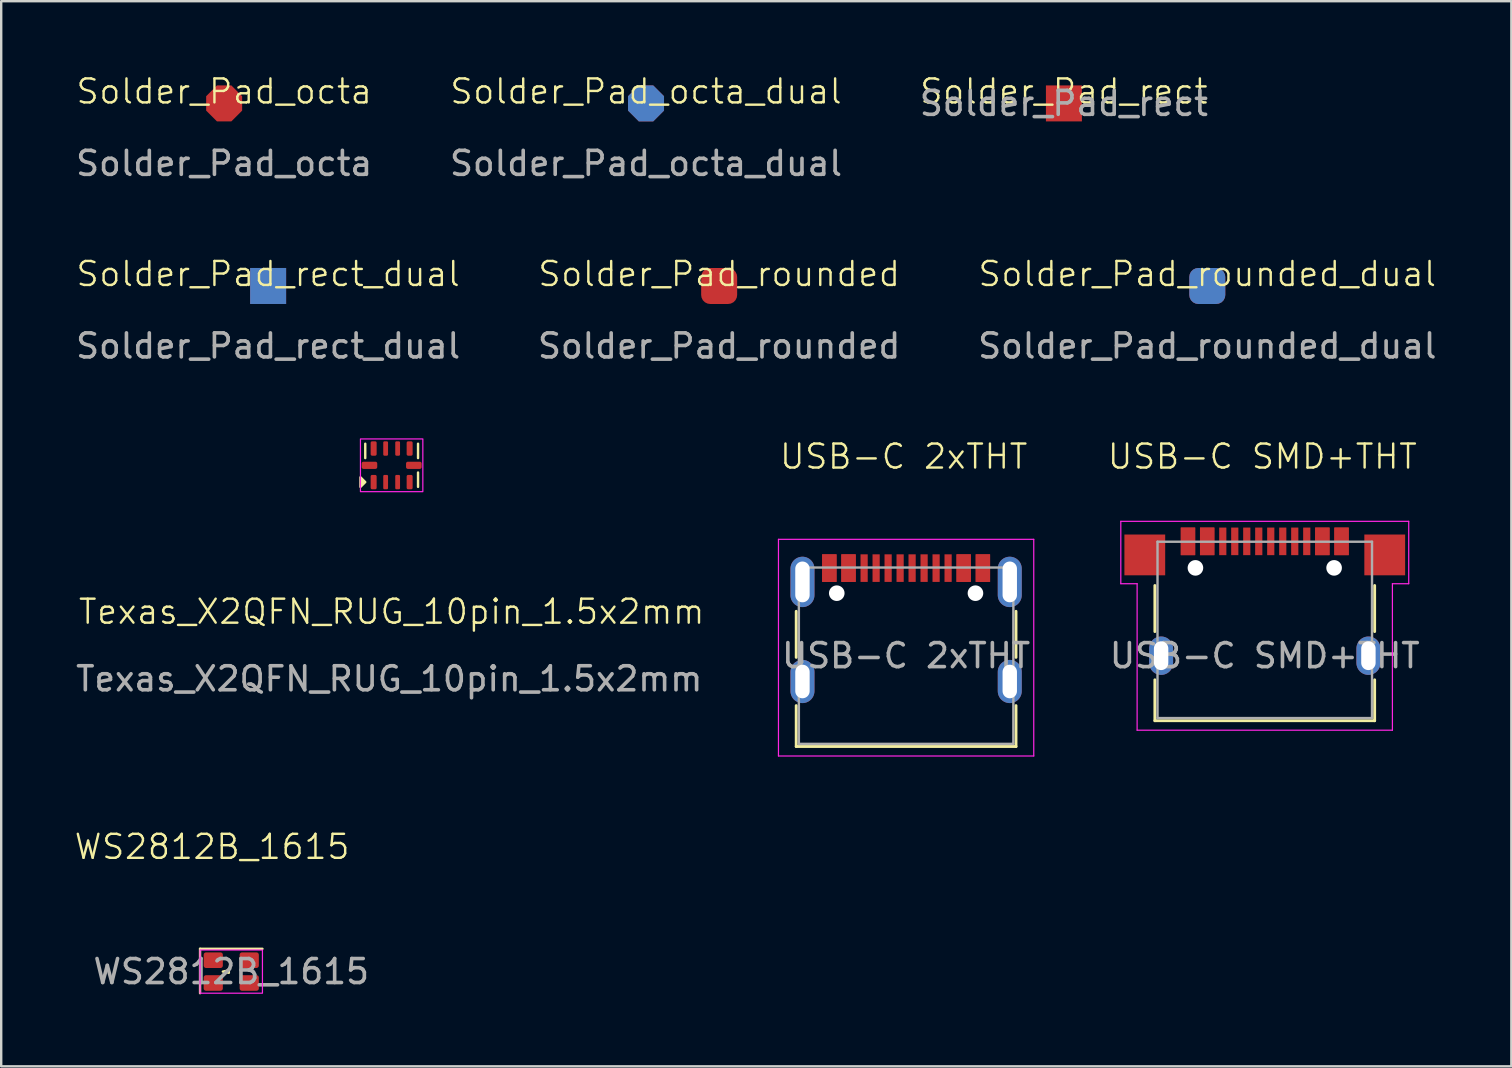
<source format=kicad_pcb>
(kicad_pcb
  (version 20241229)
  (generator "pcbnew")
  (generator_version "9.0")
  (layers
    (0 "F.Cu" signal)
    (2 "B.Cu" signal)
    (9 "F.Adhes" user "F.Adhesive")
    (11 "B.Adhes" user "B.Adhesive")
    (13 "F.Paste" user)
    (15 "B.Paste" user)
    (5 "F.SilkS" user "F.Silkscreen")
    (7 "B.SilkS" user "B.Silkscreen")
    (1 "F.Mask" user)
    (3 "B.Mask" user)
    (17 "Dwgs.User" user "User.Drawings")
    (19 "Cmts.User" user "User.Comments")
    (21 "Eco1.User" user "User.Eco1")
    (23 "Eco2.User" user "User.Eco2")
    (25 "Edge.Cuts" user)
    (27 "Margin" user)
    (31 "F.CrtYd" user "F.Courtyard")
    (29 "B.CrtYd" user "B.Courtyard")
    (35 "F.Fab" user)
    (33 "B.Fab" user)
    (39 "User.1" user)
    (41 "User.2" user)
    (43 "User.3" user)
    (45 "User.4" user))
  (footprint "WS2812B_1615"
    (layer "F.Cu")
    (at 6.588 37.444)
    (property "Reference" "WS2812B_1615" (at -0.8 -5.2 0) (unlocked yes) (layer "F.SilkS") (effects (font (size 1 1) (thickness 0.1))))
    (attr smd)
    (fp_line (start -1.3 -0.95) (end -1.3 0.9) (stroke (width 0.1) (type default)) (layer "F.SilkS"))
    (fp_line (start 1.3 -0.95) (end -1.3 -0.95) (stroke (width 0.1) (type default)) (layer "F.SilkS"))
    (fp_poly (pts (xy -0.1 -0.05) (xy -0.35 0) (xy -0.1 0.05)) (stroke (width 0.1) (type solid)) (fill yes) (layer "F.SilkS"))
    (fp_rect (start -1.3 -0.9) (end 1.3 0.9) (stroke (width 0.05) (type default)) (fill no) (layer "F.CrtYd"))
    (fp_text user "${REFERENCE}" (at 0 0 0) (unlocked yes) (layer "F.Fab") (effects (font (size 1 1) (thickness 0.15))))
    (pad "1" smd roundrect (at -0.75 -0.475) (size 0.8 0.65) (layers "F.Cu" "F.Mask" "F.Paste") (roundrect_rratio 0.15))
    (pad "2" smd roundrect (at 0.75 -0.475) (size 0.8 0.65) (layers "F.Cu" "F.Mask" "F.Paste") (roundrect_rratio 0.15))
    (pad "3" smd roundrect (at -0.75 0.475) (size 0.8 0.65) (layers "F.Cu" "F.Mask" "F.Paste") (roundrect_rratio 0.15))
    (pad "4" smd roundrect (at 0.75 0.475) (size 0.8 0.65) (layers "F.Cu" "F.Mask" "F.Paste") (roundrect_rratio 0.15)))
  (footprint "Solder_Pad_rounded_dual"
    (layer "F.Cu")
    (at 47.268 8.869)
    (property "Reference" "Solder_Pad_rounded_dual" (at 0 -0.5 0) (unlocked yes) (layer "F.SilkS") (effects (font (size 1 1) (thickness 0.1))))
    (attr smd)
    (fp_text user "${REFERENCE}" (at 0 2.5 0) (unlocked yes) (layer "F.Fab") (effects (font (size 1 1) (thickness 0.15))))
    (pad "1" smd roundrect (at 0 0) (size 1.5 1.5) (layers "F.Cu" "F.Mask" "F.Paste") (roundrect_rratio 0.25))
    (pad "2" smd roundrect (at 0 0) (size 1.5 1.5) (layers "B.Cu" "B.Mask" "B.Paste") (roundrect_rratio 0.25)))
  (footprint "Solder_Pad_rounded"
    (layer "F.Cu")
    (at 26.923 8.869)
    (property "Reference" "Solder_Pad_rounded" (at 0 -0.5 0) (unlocked yes) (layer "F.SilkS") (effects (font (size 1 1) (thickness 0.1))))
    (attr smd)
    (fp_text user "${REFERENCE}" (at 0 2.5 0) (unlocked yes) (layer "F.Fab") (effects (font (size 1 1) (thickness 0.15))))
    (pad "1" smd roundrect (at 0 0) (size 1.5 1.5) (layers "F.Cu" "F.Mask" "F.Paste") (roundrect_rratio 0.25)))
  (footprint "Texas_X2QFN_RUG_10pin_1.5x2mm"
    (layer "F.Cu")
    (at 13.273 16.343)
    (property "Reference" "Texas_X2QFN_RUG_10pin_1.5x2mm" (at 0 6.1 0) (unlocked yes) (layer "F.SilkS") (effects (font (size 1 1) (thickness 0.1))))
    (attr smd)
    (fp_line (start -1.1 -0.9) (end -1.1 -0.3) (stroke (width 0.1) (type default)) (layer "F.SilkS"))
    (fp_line (start 1.1 -0.9) (end 1.1 -0.3) (stroke (width 0.1) (type default)) (layer "F.SilkS"))
    (fp_line (start 1.1 0.3) (end 1.1 0.9) (stroke (width 0.1) (type default)) (layer "F.SilkS"))
    (fp_poly (pts (xy -1.3 0.5) (xy -1.1 0.7) (xy -1.3 0.9)) (stroke (width 0.1) (type solid)) (fill yes) (layer "F.SilkS"))
    (fp_rect (start -1.3 -1.1) (end 1.3 1.1) (stroke (width 0.05) (type default)) (fill no) (layer "F.CrtYd"))
    (fp_text user "${REFERENCE}" (at -0.1 8.9 0) (unlocked yes) (layer "F.Fab") (effects (font (size 1 1) (thickness 0.15))))
    (pad "1" smd roundrect (at -0.75 0.7) (size 0.25 0.6) (layers "F.Cu" "F.Mask" "F.Paste") (roundrect_rratio 0.25))
    (pad "2" smd roundrect (at -0.25 0.7) (size 0.2 0.6) (layers "F.Cu" "F.Mask" "F.Paste") (roundrect_rratio 0.25))
    (pad "3" smd roundrect (at 0.25 0.7) (size 0.2 0.6) (layers "F.Cu" "F.Mask" "F.Paste") (roundrect_rratio 0.25))
    (pad "4" smd roundrect (at 0.75 0.7) (size 0.25 0.6) (layers "F.Cu" "F.Mask" "F.Paste") (roundrect_rratio 0.25))
    (pad "5" smd roundrect (at 0.925 0) (size 0.65 0.3) (layers "F.Cu" "F.Mask" "F.Paste") (roundrect_rratio 0.25))
    (pad "6" smd roundrect (at 0.75 -0.7) (size 0.25 0.6) (layers "F.Cu" "F.Mask" "F.Paste") (roundrect_rratio 0.25))
    (pad "7" smd roundrect (at 0.25 -0.7) (size 0.2 0.6) (layers "F.Cu" "F.Mask" "F.Paste") (roundrect_rratio 0.25))
    (pad "8" smd roundrect (at -0.25 -0.7) (size 0.2 0.6) (layers "F.Cu" "F.Mask" "F.Paste") (roundrect_rratio 0.25))
    (pad "9" smd roundrect (at -0.75 -0.7) (size 0.25 0.6) (layers "F.Cu" "F.Mask" "F.Paste") (roundrect_rratio 0.25))
    (pad "10" smd roundrect (at -0.925 0) (size 0.65 0.3) (layers "F.Cu" "F.Mask" "F.Paste") (roundrect_rratio 0.25)))
  (footprint "USB-C 2xTHT"
    (layer "F.Cu")
    (at 34.715 24.278)
    (property "Reference" "USB-C 2xTHT" (at -0.1 -8.3 0) (unlocked yes) (layer "F.SilkS") (effects (font (size 1 1) (thickness 0.1))))
    (attr smd)
    (fp_line (start -4.58 -1.85) (end -4.58 0.07) (stroke (width 0.12) (type solid)) (layer "F.SilkS"))
    (fp_line (start -4.58 3.785) (end -4.58 2.08) (stroke (width 0.12) (type solid)) (layer "F.SilkS"))
    (fp_line (start 4.58 0.07) (end 4.58 -1.85) (stroke (width 0.12) (type solid)) (layer "F.SilkS"))
    (fp_line (start 4.58 2.08) (end 4.58 3.785) (stroke (width 0.12) (type solid)) (layer "F.SilkS"))
    (fp_line (start 4.58 3.785) (end -4.58 3.785) (stroke (width 0.12) (type solid)) (layer "F.SilkS"))
    (fp_line (start -5.32 -4.85) (end 5.32 -4.85) (stroke (width 0.05) (type solid)) (layer "F.CrtYd"))
    (fp_line (start -5.32 4.18) (end -5.32 -4.85) (stroke (width 0.05) (type solid)) (layer "F.CrtYd"))
    (fp_line (start 5.32 -4.85) (end 5.32 4.18) (stroke (width 0.05) (type solid)) (layer "F.CrtYd"))
    (fp_line (start 5.32 4.18) (end -5.32 4.18) (stroke (width 0.05) (type solid)) (layer "F.CrtYd"))
    (fp_line (start -4.47 -3.675) (end -4.47 3.675) (stroke (width 0.1) (type solid)) (layer "F.Fab"))
    (fp_line (start -4.47 -3.675) (end 4.47 -3.675) (stroke (width 0.1) (type solid)) (layer "F.Fab"))
    (fp_line (start -4.47 3.675) (end 4.47 3.675) (stroke (width 0.1) (type solid)) (layer "F.Fab"))
    (fp_line (start 4.47 3.675) (end 4.47 -3.675) (stroke (width 0.1) (type solid)) (layer "F.Fab"))
    (fp_text user "${REFERENCE}" (at 0 0 0) (unlocked yes) (layer "F.Fab") (effects (font (size 1 1) (thickness 0.15))))
    (pad "" np_thru_hole circle (at -2.89 -2.605) (size 0.65 0.65) (drill 0.65) (layers "*.Cu" "*.Mask"))
    (pad "" np_thru_hole circle (at 2.89 -2.605) (size 0.65 0.65) (drill 0.65) (layers "*.Cu" "*.Mask"))
    (pad "A1" smd rect (at -3.2 -3.65) (size 0.6 1.15) (layers "F.Cu" "F.Mask" "F.Paste"))
    (pad "A4" smd rect (at -2.4 -3.65) (size 0.6 1.15) (layers "F.Cu" "F.Mask" "F.Paste"))
    (pad "A5" smd rect (at -1.25 -3.65) (size 0.3 1.15) (layers "F.Cu" "F.Mask" "F.Paste"))
    (pad "A6" smd rect (at -0.25 -3.65) (size 0.3 1.15) (layers "F.Cu" "F.Mask" "F.Paste"))
    (pad "A7" smd rect (at 0.25 -3.65) (size 0.3 1.15) (layers "F.Cu" "F.Mask" "F.Paste"))
    (pad "A8" smd rect (at 1.25 -3.65) (size 0.3 1.15) (layers "F.Cu" "F.Mask" "F.Paste"))
    (pad "A9" smd rect (at 2.4 -3.65) (size 0.6 1.15) (layers "F.Cu" "F.Mask" "F.Paste"))
    (pad "A12" smd rect (at 3.2 -3.65) (size 0.6 1.15) (layers "F.Cu" "F.Mask" "F.Paste"))
    (pad "B1" smd rect (at 3.2 -3.65) (size 0.6 1.15) (layers "F.Cu" "F.Mask" "F.Paste"))
    (pad "B4" smd rect (at 2.4 -3.65) (size 0.6 1.15) (layers "F.Cu" "F.Mask" "F.Paste"))
    (pad "B5" smd rect (at 1.75 -3.65) (size 0.3 1.15) (layers "F.Cu" "F.Mask" "F.Paste"))
    (pad "B6" smd rect (at 0.75 -3.65) (size 0.3 1.15) (layers "F.Cu" "F.Mask" "F.Paste"))
    (pad "B7" smd rect (at -0.75 -3.65) (size 0.3 1.15) (layers "F.Cu" "F.Mask" "F.Paste"))
    (pad "B8" smd rect (at -1.75 -3.65) (size 0.3 1.15) (layers "F.Cu" "F.Mask" "F.Paste"))
    (pad "B9" smd rect (at -2.4 -3.65) (size 0.6 1.15) (layers "F.Cu" "F.Mask" "F.Paste"))
    (pad "B12" smd rect (at -3.2 -3.65) (size 0.6 1.15) (layers "F.Cu" "F.Mask" "F.Paste"))
    (pad "S1" thru_hole oval (at -4.32 -3.075) (size 1 2.1) (drill oval 0.6 1.7) (layers "*.Cu" "*.Mask"))
    (pad "S1" thru_hole oval (at -4.32 1.075) (size 1 1.8) (drill oval 0.6 1.4) (layers "*.Cu" "*.Mask"))
    (pad "S1" thru_hole oval (at 4.32 -3.075) (size 1 2.1) (drill oval 0.6 1.7) (layers "*.Cu" "*.Mask"))
    (pad "S1" thru_hole oval (at 4.32 1.075) (size 1 1.8) (drill oval 0.6 1.4) (layers "*.Cu" "*.Mask")))
  (footprint "Solder_Pad_rect_dual"
    (layer "F.Cu")
    (at 8.125 8.869)
    (property "Reference" "Solder_Pad_rect_dual" (at 0 -0.5 0) (unlocked yes) (layer "F.SilkS") (effects (font (size 1 1) (thickness 0.1))))
    (attr smd)
    (fp_text user "${REFERENCE}" (at 0 2.5 0) (unlocked yes) (layer "F.Fab") (effects (font (size 1 1) (thickness 0.15))))
    (pad "1" smd rect (at 0 0) (size 1.5 1.5) (layers "F.Cu" "F.Mask" "F.Paste"))
    (pad "2" smd rect (at 0 0) (size 1.5 1.5) (layers "B.Cu" "B.Mask" "B.Paste")))
  (footprint "USB-C SMD+THT"
    (layer "F.Cu")
    (at 49.663 24.278)
    (property "Reference" "USB-C SMD+THT" (at -0.1 -8.3 0) (unlocked yes) (layer "F.SilkS") (effects (font (size 1 1) (thickness 0.1))))
    (attr smd)
    (fp_line (start -4.58 -2.925) (end -4.58 -1.005) (stroke (width 0.12) (type solid)) (layer "F.SilkS"))
    (fp_line (start -4.58 2.71) (end -4.58 1.005) (stroke (width 0.12) (type solid)) (layer "F.SilkS"))
    (fp_line (start 4.58 -1.005) (end 4.58 -2.925) (stroke (width 0.12) (type solid)) (layer "F.SilkS"))
    (fp_line (start 4.58 1.005) (end 4.58 2.71) (stroke (width 0.12) (type solid)) (layer "F.SilkS"))
    (fp_line (start 4.58 2.71) (end -4.58 2.71) (stroke (width 0.12) (type solid)) (layer "F.SilkS"))
    (fp_line (start -6 -5.6) (end -6 -3) (stroke (width 0.05) (type default)) (layer "F.CrtYd"))
    (fp_line (start -6 -5.6) (end 6 -5.6) (stroke (width 0.05) (type solid)) (layer "F.CrtYd"))
    (fp_line (start -6 -3) (end -5.32 -3) (stroke (width 0.05) (type default)) (layer "F.CrtYd"))
    (fp_line (start -5.32 -3) (end -5.32 3.105) (stroke (width 0.05) (type default)) (layer "F.CrtYd"))
    (fp_line (start 5.32 -3) (end 5.32 3.105) (stroke (width 0.05) (type default)) (layer "F.CrtYd"))
    (fp_line (start 5.32 3.105) (end -5.32 3.105) (stroke (width 0.05) (type solid)) (layer "F.CrtYd"))
    (fp_line (start 6 -5.6) (end 6 -3) (stroke (width 0.05) (type default)) (layer "F.CrtYd"))
    (fp_line (start 6 -3) (end 5.32 -3) (stroke (width 0.05) (type default)) (layer "F.CrtYd"))
    (fp_line (start -4.47 -4.75) (end -4.47 2.6) (stroke (width 0.1) (type solid)) (layer "F.Fab"))
    (fp_line (start -4.47 -4.75) (end 4.47 -4.75) (stroke (width 0.1) (type solid)) (layer "F.Fab"))
    (fp_line (start -4.47 2.6) (end 4.47 2.6) (stroke (width 0.1) (type solid)) (layer "F.Fab"))
    (fp_line (start 4.47 2.6) (end 4.47 -4.75) (stroke (width 0.1) (type solid)) (layer "F.Fab"))
    (fp_text user "${REFERENCE}" (at 0 0 0) (unlocked yes) (layer "F.Fab") (effects (font (size 1 1) (thickness 0.15))))
    (pad "" np_thru_hole circle (at -2.89 -3.66) (size 0.65 0.65) (drill 0.65) (layers "*.Cu" "*.Mask"))
    (pad "" np_thru_hole circle (at 2.89 -3.66) (size 0.65 0.65) (drill 0.65) (layers "*.Cu" "*.Mask"))
    (pad "A1" smd rect (at -3.2 -4.765) (size 0.6 1.15) (layers "F.Cu" "F.Mask" "F.Paste"))
    (pad "A4" smd rect (at -2.4 -4.765) (size 0.6 1.15) (layers "F.Cu" "F.Mask" "F.Paste"))
    (pad "A5" smd rect (at -1.25 -4.765) (size 0.3 1.15) (layers "F.Cu" "F.Mask" "F.Paste"))
    (pad "A6" smd rect (at -0.25 -4.765) (size 0.3 1.15) (layers "F.Cu" "F.Mask" "F.Paste"))
    (pad "A7" smd rect (at 0.25 -4.765) (size 0.3 1.15) (layers "F.Cu" "F.Mask" "F.Paste"))
    (pad "A8" smd rect (at 1.25 -4.765) (size 0.3 1.15) (layers "F.Cu" "F.Mask" "F.Paste"))
    (pad "A9" smd rect (at 2.4 -4.765) (size 0.6 1.15) (layers "F.Cu" "F.Mask" "F.Paste"))
    (pad "A12" smd rect (at 3.2 -4.765) (size 0.6 1.15) (layers "F.Cu" "F.Mask" "F.Paste"))
    (pad "B1" smd rect (at 3.2 -4.765) (size 0.6 1.15) (layers "F.Cu" "F.Mask" "F.Paste"))
    (pad "B4" smd rect (at 2.4 -4.765) (size 0.6 1.15) (layers "F.Cu" "F.Mask" "F.Paste"))
    (pad "B5" smd rect (at 1.75 -4.765) (size 0.3 1.15) (layers "F.Cu" "F.Mask" "F.Paste"))
    (pad "B6" smd rect (at 0.75 -4.765) (size 0.3 1.15) (layers "F.Cu" "F.Mask" "F.Paste"))
    (pad "B7" smd rect (at -0.75 -4.765) (size 0.3 1.15) (layers "F.Cu" "F.Mask" "F.Paste"))
    (pad "B8" smd rect (at -1.75 -4.765) (size 0.3 1.15) (layers "F.Cu" "F.Mask" "F.Paste"))
    (pad "B9" smd rect (at -2.4 -4.765) (size 0.6 1.15) (layers "F.Cu" "F.Mask" "F.Paste"))
    (pad "B12" smd rect (at -3.2 -4.765) (size 0.6 1.15) (layers "F.Cu" "F.Mask" "F.Paste"))
    (pad "S1" smd rect (at -5 -4.2) (size 1.7 1.7) (layers "F.Cu" "F.Mask" "F.Paste"))
    (pad "S1" thru_hole oval (at -4.32 0) (size 1 1.6) (drill oval 0.6 1.2) (layers "*.Cu" "*.Mask"))
    (pad "S1" thru_hole oval (at 4.32 0) (size 1 1.6) (drill oval 0.6 1.2) (layers "*.Cu" "*.Mask"))
    (pad "S1" smd rect (at 5 -4.2) (size 1.7 1.7) (layers "F.Cu" "F.Mask" "F.Paste")))
  (footprint "Solder_Pad_rect"
    (layer "F.Cu")
    (at 41.292 1.26)
    (property "Reference" "Solder_Pad_rect" (at 0 -0.5 0) (unlocked yes) (layer "F.SilkS") (effects (font (size 1 1) (thickness 0.1))))
    (attr smd)
    (fp_text user "${REFERENCE}" (at 0 0 0) (unlocked yes) (layer "F.Fab") (effects (font (size 1 1) (thickness 0.15))))
    (pad "1" smd rect (at 0 0) (size 1.5 1.5) (layers "F.Cu" "F.Mask" "F.Paste")))
  (footprint "Solder_Pad_octa_dual"
    (layer "F.Cu")
    (at 23.875 1.26)
    (property "Reference" "Solder_Pad_octa_dual" (at 0 -0.5 0) (unlocked yes) (layer "F.SilkS") (effects (font (size 1 1) (thickness 0.1))))
    (attr smd)
    (fp_text user "${REFERENCE}" (at 0 2.5 0) (unlocked yes) (layer "F.Fab") (effects (font (size 1 1) (thickness 0.15))))
    (pad "1" smd roundrect (at 0 0) (size 1.5 1.5) (layers "F.Cu" "F.Mask" "F.Paste") (roundrect_rratio 0) (chamfer_ratio 0.3) (chamfer top_left top_right bottom_left bottom_right))
    (pad "2" smd roundrect (at 0 0) (size 1.5 1.5) (layers "B.Cu" "B.Mask" "B.Paste") (roundrect_rratio 0) (chamfer_ratio 0.3) (chamfer top_left top_right bottom_left bottom_right)))
  (footprint "Solder_Pad_octa"
    (layer "F.Cu")
    (at 6.292 1.26)
    (property "Reference" "Solder_Pad_octa" (at 0 -0.5 0) (unlocked yes) (layer "F.SilkS") (effects (font (size 1 1) (thickness 0.1))))
    (attr smd)
    (fp_text user "${REFERENCE}" (at 0 2.5 0) (unlocked yes) (layer "F.Fab") (effects (font (size 1 1) (thickness 0.15))))
    (pad "1" smd roundrect (at 0 0) (size 1.5 1.5) (layers "F.Cu" "F.Mask" "F.Paste") (roundrect_rratio 0) (chamfer_ratio 0.3) (chamfer top_left top_right bottom_left bottom_right)))
  (gr_rect
    (start -3 -3)
    (end 59.94 41.394)
    (stroke (width 0.1) (type default))
    (fill no)
    (layer "Edge.Cuts")))
</source>
